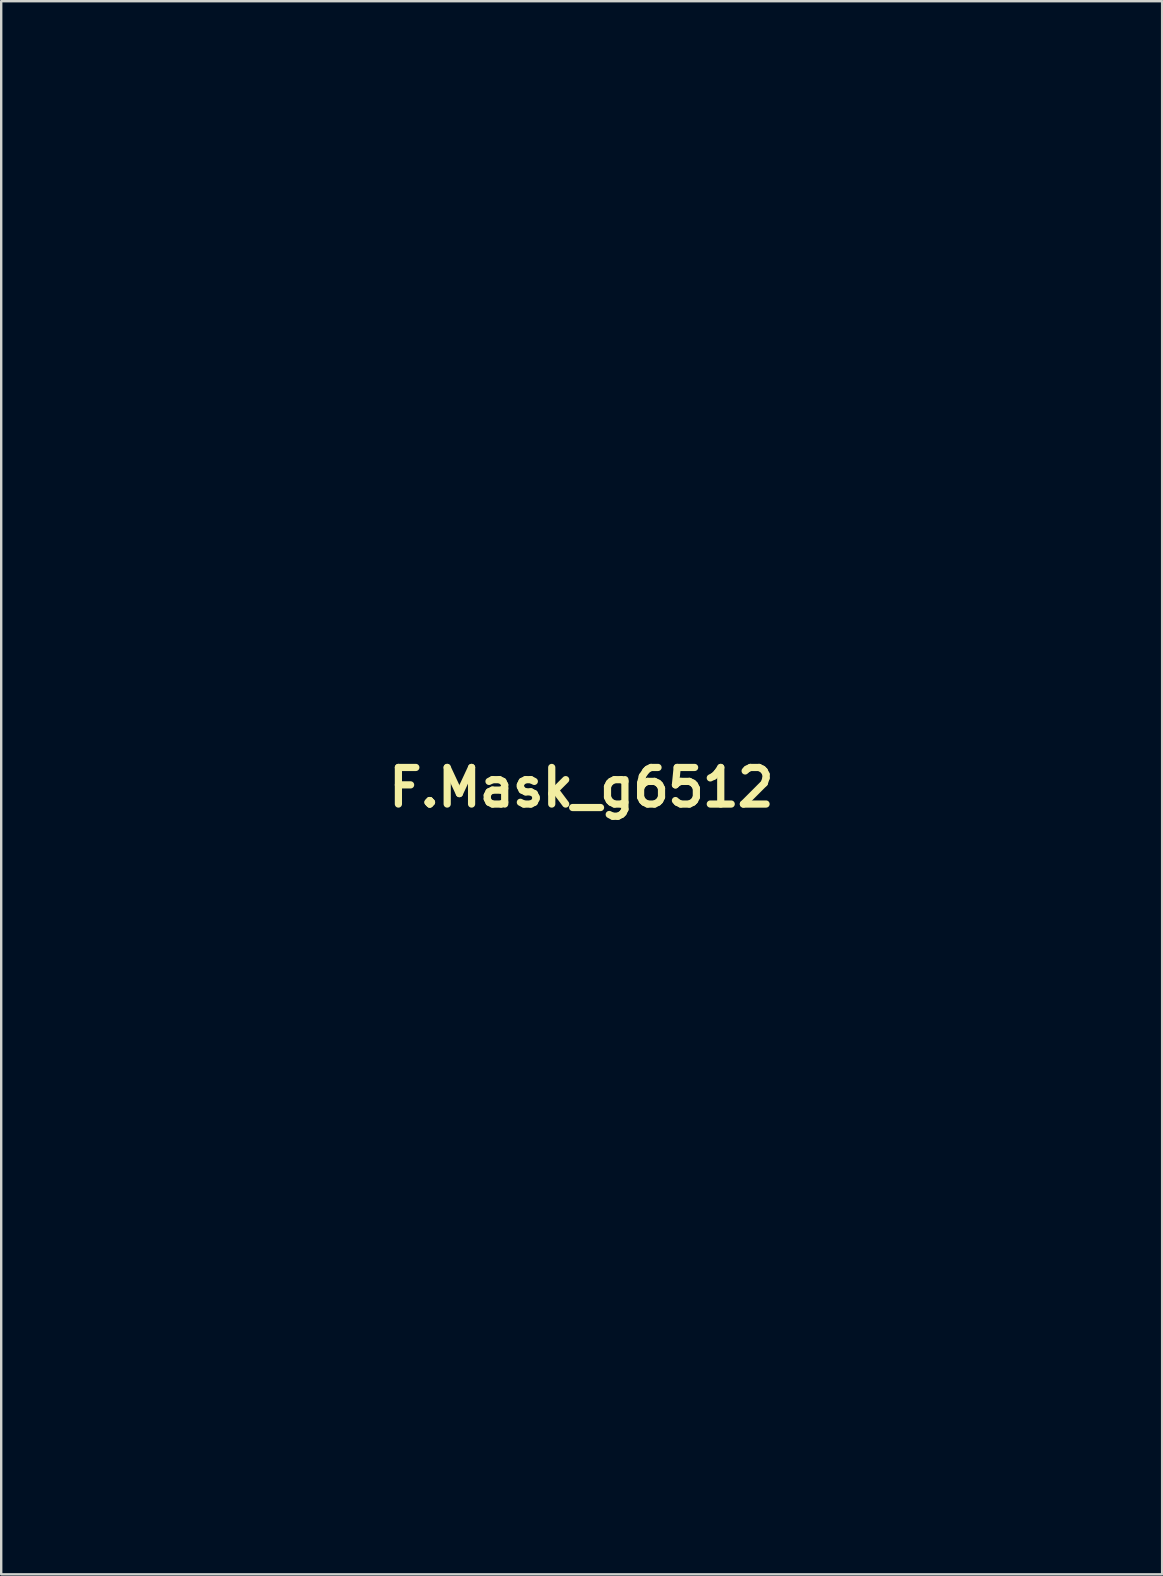
<source format=kicad_pcb>
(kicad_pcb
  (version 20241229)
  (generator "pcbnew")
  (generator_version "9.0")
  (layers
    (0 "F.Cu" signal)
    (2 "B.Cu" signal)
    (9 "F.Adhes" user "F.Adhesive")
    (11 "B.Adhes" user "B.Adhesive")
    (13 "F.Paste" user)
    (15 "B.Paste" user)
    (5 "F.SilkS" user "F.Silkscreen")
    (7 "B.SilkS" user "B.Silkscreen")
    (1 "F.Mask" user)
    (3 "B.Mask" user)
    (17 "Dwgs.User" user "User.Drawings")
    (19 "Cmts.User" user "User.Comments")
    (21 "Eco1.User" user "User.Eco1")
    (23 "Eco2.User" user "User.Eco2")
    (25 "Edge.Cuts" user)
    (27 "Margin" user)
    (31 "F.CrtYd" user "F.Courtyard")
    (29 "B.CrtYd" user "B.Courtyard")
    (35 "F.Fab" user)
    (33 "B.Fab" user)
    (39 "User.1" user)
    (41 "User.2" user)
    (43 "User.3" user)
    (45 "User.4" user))
  (footprint "F.Mask_g6512"
    (layer "F.Cu")
    (at 21.163 29.748)
    (property "Reference" "F.Mask_g6512" (at 0 0 0) (layer "F.SilkS") (effects (font (size 1.524 1.524) (thickness 0.3))))
    (attr through_hole)
    (fp_poly (pts (xy -18.923 11.506) (xy -21.057 11.506) (xy -21.044 10.173) (xy -18.923 10.159) (xy -18.923 11.506)) (stroke (width 0.01) (type solid)) (fill yes) (layer "F.Mask"))
    (fp_poly (pts (xy -18.923 14.046) (xy -21.057 14.046) (xy -21.044 12.713) (xy -18.923 12.699) (xy -18.923 14.046)) (stroke (width 0.01) (type solid)) (fill yes) (layer "F.Mask"))
    (fp_poly (pts (xy -18.923 16.586) (xy -21.057 16.586) (xy -21.044 15.253) (xy -18.923 15.239) (xy -18.923 16.586)) (stroke (width 0.01) (type solid)) (fill yes) (layer "F.Mask"))
    (fp_poly (pts (xy -7.036 26.949) (xy -7.341 26.949) (xy -7.341 25.832) (xy -7.036 25.832) (xy -7.036 26.949)) (stroke (width 0.01) (type solid)) (fill yes) (layer "F.Mask"))
    (fp_poly (pts (xy 21.082 11.506) (xy 18.948 11.506) (xy 18.948 10.16) (xy 21.082 10.16) (xy 21.082 11.506)) (stroke (width 0.01) (type solid)) (fill yes) (layer "F.Mask"))
    (fp_poly (pts (xy 21.082 14.046) (xy 18.948 14.046) (xy 18.948 12.7) (xy 21.082 12.7) (xy 21.082 14.046)) (stroke (width 0.01) (type solid)) (fill yes) (layer "F.Mask"))
    (fp_poly (pts (xy 21.082 16.586) (xy 18.948 16.586) (xy 18.948 15.24) (xy 21.082 15.24) (xy 21.082 16.586)) (stroke (width 0.01) (type solid)) (fill yes) (layer "F.Mask"))
    (fp_poly (pts (xy -7.106 25.371) (xy -7.036 25.425) (xy -6.992 25.498) (xy -6.985 25.54) (xy -7.007 25.621) (xy -7.063 25.683) (xy -7.14 25.719) (xy -7.224 25.724) (xy -7.3 25.693) (xy -7.315 25.679) (xy -7.361 25.604) (xy -7.367 25.52) (xy -7.34 25.44) (xy -7.284 25.379) (xy -7.204 25.35) (xy -7.187 25.349) (xy -7.106 25.371)) (stroke (width 0.01) (type solid)) (fill yes) (layer "F.Mask"))
    (fp_poly (pts (xy -2.704 26.556) (xy -2.619 26.613) (xy -2.614 26.617) (xy -2.554 26.702) (xy -2.545 26.787) (xy -2.587 26.871) (xy -2.597 26.884) (xy -2.681 26.947) (xy -2.772 26.963) (xy -2.845 26.943) (xy -2.92 26.879) (xy -2.956 26.796) (xy -2.952 26.705) (xy -2.907 26.622) (xy -2.877 26.593) (xy -2.79 26.549) (xy -2.704 26.556)) (stroke (width 0.01) (type solid)) (fill yes) (layer "F.Mask"))
    (fp_poly (pts (xy -6.401 25.832) (xy -6.096 25.832) (xy -6.096 26.111) (xy -6.403 26.111) (xy -6.395 26.384) (xy -6.388 26.657) (xy -6.242 26.665) (xy -6.096 26.673) (xy -6.096 26.949) (xy -6.267 26.947) (xy -6.361 26.945) (xy -6.437 26.939) (xy -6.477 26.933) (xy -6.561 26.9) (xy -6.622 26.858) (xy -6.664 26.8) (xy -6.689 26.718) (xy -6.702 26.603) (xy -6.706 26.447) (xy -6.706 26.417) (xy -6.706 26.111) (xy -6.883 26.111) (xy -6.883 25.832) (xy -6.706 25.832) (xy -6.706 25.578) (xy -6.401 25.578) (xy -6.401 25.832)) (stroke (width 0.01) (type solid)) (fill yes) (layer "F.Mask"))
    (fp_poly (pts (xy -20.371 21.328) (xy -16.402 25.155) (xy -12.433 28.981) (xy 12.46 28.981) (xy 16.428 25.155) (xy 20.396 21.329) (xy 20.396 19.669) (xy 20.396 18.009) (xy 21.184 18.009) (xy 21.183 20.149) (xy 21.181 22.288) (xy 20.617 22.827) (xy 20.539 22.902) (xy 20.426 23.011) (xy 20.281 23.15) (xy 20.107 23.318) (xy 19.904 23.512) (xy 19.677 23.731) (xy 19.426 23.973) (xy 19.155 24.234) (xy 18.865 24.514) (xy 18.559 24.809) (xy 18.239 25.117) (xy 17.907 25.438) (xy 17.566 25.767) (xy 17.217 26.103) (xy 16.864 26.445) (xy 16.739 26.565) (xy 13.424 29.765) (xy -13.399 29.765) (xy -17.272 26.027) (xy -21.145 22.289) (xy -21.152 20.149) (xy -21.158 18.009) (xy -20.371 18.009) (xy -20.371 21.328)) (stroke (width 0.01) (type solid)) (fill yes) (layer "F.Mask"))
    (fp_poly (pts (xy -4.406 26.307) (xy -4.456 26.456) (xy -4.502 26.591) (xy -4.54 26.702) (xy -4.568 26.783) (xy -4.583 26.825) (xy -4.584 26.827) (xy -4.633 26.887) (xy -4.717 26.934) (xy -4.819 26.96) (xy -4.923 26.962) (xy -4.945 26.958) (xy -4.993 26.942) (xy -5.036 26.914) (xy -5.076 26.866) (xy -5.117 26.794) (xy -5.162 26.692) (xy -5.214 26.553) (xy -5.277 26.372) (xy -5.29 26.332) (xy -5.457 25.832) (xy -5.114 25.832) (xy -4.989 26.238) (xy -4.947 26.372) (xy -4.909 26.488) (xy -4.878 26.577) (xy -4.857 26.631) (xy -4.85 26.644) (xy -4.838 26.621) (xy -4.813 26.558) (xy -4.78 26.462) (xy -4.74 26.342) (xy -4.709 26.245) (xy -4.583 25.845) (xy -4.414 25.837) (xy -4.245 25.83) (xy -4.406 26.307)) (stroke (width 0.01) (type solid)) (fill yes) (layer "F.Mask"))
    (fp_poly (pts (xy -8.433 26.06) (xy -8.312 26.06) (xy -8.171 26.049) (xy -8.057 26.018) (xy -7.979 25.97) (xy -7.964 25.952) (xy -7.943 25.903) (xy -7.93 25.822) (xy -7.925 25.701) (xy -7.925 25.661) (xy -7.925 25.425) (xy -7.595 25.425) (xy -7.595 25.66) (xy -7.599 25.824) (xy -7.615 25.949) (xy -7.645 26.045) (xy -7.691 26.123) (xy -7.746 26.183) (xy -7.842 26.275) (xy -7.751 26.46) (xy -7.705 26.551) (xy -7.671 26.606) (xy -7.641 26.634) (xy -7.604 26.643) (xy -7.564 26.645) (xy -7.468 26.645) (xy -7.468 26.955) (xy -7.632 26.945) (xy -7.737 26.933) (xy -7.819 26.908) (xy -7.886 26.861) (xy -7.947 26.787) (xy -8.012 26.676) (xy -8.057 26.585) (xy -8.177 26.34) (xy -8.433 26.34) (xy -8.433 26.949) (xy -8.763 26.949) (xy -8.763 25.425) (xy -8.433 25.425) (xy -8.433 26.06)) (stroke (width 0.01) (type solid)) (fill yes) (layer "F.Mask"))
    (fp_poly (pts (xy -12.84 25.431) (xy -12.694 25.436) (xy -12.587 25.443) (xy -12.508 25.452) (xy -12.445 25.466) (xy -12.387 25.487) (xy -12.322 25.518) (xy -12.308 25.524) (xy -12.148 25.625) (xy -12.031 25.748) (xy -11.955 25.898) (xy -11.919 26.078) (xy -11.916 26.233) (xy -11.941 26.421) (xy -12 26.576) (xy -12.096 26.704) (xy -12.176 26.774) (xy -12.256 26.83) (xy -12.333 26.871) (xy -12.417 26.9) (xy -12.519 26.92) (xy -12.65 26.933) (xy -12.82 26.941) (xy -12.846 26.942) (xy -13.208 26.956) (xy -13.208 26.645) (xy -12.878 26.645) (xy -12.719 26.644) (xy -12.598 26.636) (xy -12.503 26.608) (xy -12.461 26.587) (xy -12.344 26.498) (xy -12.271 26.387) (xy -12.243 26.292) (xy -12.235 26.129) (xy -12.271 25.988) (xy -12.347 25.873) (xy -12.459 25.789) (xy -12.603 25.741) (xy -12.719 25.731) (xy -12.878 25.73) (xy -12.878 26.645) (xy -13.208 26.645) (xy -13.208 25.418) (xy -12.84 25.431)) (stroke (width 0.01) (type solid)) (fill yes) (layer "F.Mask"))
    (fp_poly (pts (xy -10.211 26.239) (xy -10.167 26.372) (xy -10.126 26.485) (xy -10.092 26.571) (xy -10.068 26.621) (xy -10.057 26.631) (xy -10.034 26.596) (xy -10.033 26.589) (xy -10.026 26.557) (xy -10.005 26.485) (xy -9.975 26.383) (xy -9.937 26.261) (xy -9.917 26.197) (xy -9.802 25.832) (xy -9.638 25.832) (xy -9.54 25.836) (xy -9.488 25.847) (xy -9.476 25.864) (xy -9.485 25.896) (xy -9.508 25.969) (xy -9.543 26.074) (xy -9.587 26.204) (xy -9.638 26.35) (xy -9.647 26.376) (xy -9.712 26.555) (xy -9.765 26.693) (xy -9.81 26.794) (xy -9.851 26.865) (xy -9.893 26.912) (xy -9.939 26.94) (xy -9.993 26.956) (xy -10.034 26.963) (xy -10.122 26.961) (xy -10.203 26.939) (xy -10.272 26.895) (xy -10.324 26.84) (xy -10.342 26.802) (xy -10.372 26.726) (xy -10.411 26.62) (xy -10.456 26.496) (xy -10.504 26.361) (xy -10.551 26.225) (xy -10.594 26.097) (xy -10.63 25.987) (xy -10.655 25.904) (xy -10.667 25.857) (xy -10.668 25.852) (xy -10.645 25.842) (xy -10.584 25.834) (xy -10.504 25.832) (xy -10.34 25.832) (xy -10.211 26.239)) (stroke (width 0.01) (type solid)) (fill yes) (layer "F.Mask"))
    (fp_poly (pts (xy -11.074 25.83) (xy -10.941 25.895) (xy -10.836 25.999) (xy -10.762 26.135) (xy -10.724 26.3) (xy -10.719 26.389) (xy -10.719 26.492) (xy -11.088 26.492) (xy -11.231 26.492) (xy -11.331 26.494) (xy -11.394 26.497) (xy -11.428 26.504) (xy -11.439 26.516) (xy -11.435 26.533) (xy -11.429 26.545) (xy -11.368 26.606) (xy -11.262 26.647) (xy -11.115 26.668) (xy -11.037 26.67) (xy -10.846 26.67) (xy -10.846 26.949) (xy -11.043 26.948) (xy -11.157 26.943) (xy -11.269 26.931) (xy -11.354 26.915) (xy -11.355 26.915) (xy -11.509 26.857) (xy -11.624 26.774) (xy -11.709 26.661) (xy -11.72 26.639) (xy -11.773 26.484) (xy -11.784 26.328) (xy -11.772 26.264) (xy -11.457 26.264) (xy -11.253 26.264) (xy -11.148 26.262) (xy -11.086 26.255) (xy -11.056 26.242) (xy -11.049 26.226) (xy -11.071 26.169) (xy -11.126 26.118) (xy -11.197 26.089) (xy -11.225 26.086) (xy -11.317 26.096) (xy -11.378 26.131) (xy -11.419 26.19) (xy -11.457 26.264) (xy -11.772 26.264) (xy -11.755 26.179) (xy -11.691 26.046) (xy -11.594 25.937) (xy -11.468 25.86) (xy -11.424 25.845) (xy -11.336 25.823) (xy -11.258 25.809) (xy -11.229 25.807) (xy -11.074 25.83)) (stroke (width 0.01) (type solid)) (fill yes) (layer "F.Mask"))
    (fp_poly (pts (xy -1.6 25.442) (xy -1.457 25.508) (xy -1.341 25.609) (xy -1.272 25.714) (xy -1.25 25.762) (xy -1.235 25.81) (xy -1.226 25.867) (xy -1.222 25.943) (xy -1.221 26.048) (xy -1.223 26.192) (xy -1.224 26.222) (xy -1.227 26.372) (xy -1.231 26.48) (xy -1.237 26.556) (xy -1.247 26.611) (xy -1.263 26.652) (xy -1.286 26.691) (xy -1.308 26.724) (xy -1.417 26.836) (xy -1.555 26.915) (xy -1.712 26.958) (xy -1.875 26.96) (xy -1.943 26.947) (xy -2.093 26.885) (xy -2.216 26.784) (xy -2.306 26.65) (xy -2.337 26.566) (xy -2.35 26.493) (xy -2.357 26.384) (xy -2.361 26.253) (xy -2.36 26.114) (xy -2.356 25.981) (xy -2.347 25.87) (xy -2.344 25.853) (xy -2.032 25.853) (xy -2.032 26.522) (xy -1.958 26.596) (xy -1.866 26.657) (xy -1.767 26.67) (xy -1.666 26.633) (xy -1.628 26.604) (xy -1.549 26.538) (xy -1.549 25.836) (xy -1.628 25.771) (xy -1.727 25.714) (xy -1.827 25.707) (xy -1.923 25.749) (xy -1.958 25.779) (xy -2.032 25.853) (xy -2.344 25.853) (xy -2.334 25.794) (xy -2.281 25.682) (xy -2.191 25.577) (xy -2.078 25.49) (xy -1.956 25.434) (xy -1.928 25.427) (xy -1.76 25.413) (xy -1.6 25.442)) (stroke (width 0.01) (type solid)) (fill yes) (layer "F.Mask"))
    (fp_poly (pts (xy -3.854 25.426) (xy -3.728 25.428) (xy -3.611 25.434) (xy -3.519 25.444) (xy -3.474 25.452) (xy -3.358 25.505) (xy -3.254 25.59) (xy -3.187 25.681) (xy -3.154 25.79) (xy -3.152 25.914) (xy -3.179 26.032) (xy -3.208 26.088) (xy -3.266 26.175) (xy -3.208 26.261) (xy -3.167 26.344) (xy -3.15 26.445) (xy -3.15 26.484) (xy -3.165 26.625) (xy -3.214 26.736) (xy -3.302 26.831) (xy -3.371 26.879) (xy -3.451 26.913) (xy -3.552 26.935) (xy -3.684 26.946) (xy -3.854 26.949) (xy -4.14 26.949) (xy -4.14 26.645) (xy -3.852 26.645) (xy -3.724 26.644) (xy -3.637 26.64) (xy -3.581 26.632) (xy -3.545 26.617) (xy -3.52 26.596) (xy -3.519 26.595) (xy -3.479 26.519) (xy -3.481 26.437) (xy -3.522 26.368) (xy -3.53 26.36) (xy -3.569 26.338) (xy -3.623 26.323) (xy -3.705 26.316) (xy -3.826 26.314) (xy -4.064 26.314) (xy -4.064 26.035) (xy -3.828 26.035) (xy -3.684 26.03) (xy -3.583 26.014) (xy -3.52 25.984) (xy -3.487 25.937) (xy -3.48 25.883) (xy -3.486 25.823) (xy -3.508 25.781) (xy -3.553 25.753) (xy -3.63 25.738) (xy -3.745 25.731) (xy -3.85 25.73) (xy -4.14 25.73) (xy -4.14 25.425) (xy -3.854 25.426)) (stroke (width 0.01) (type solid)) (fill yes) (layer "F.Mask"))
    (fp_poly (pts (xy 13.763 -29.742) (xy 14.287 -29.741) (xy 16.89 -25.786) (xy 17.173 -25.358) (xy 17.456 -24.927) (xy 17.738 -24.498) (xy 18.018 -24.074) (xy 18.292 -23.657) (xy 18.559 -23.252) (xy 18.817 -22.86) (xy 19.064 -22.485) (xy 19.298 -22.13) (xy 19.517 -21.798) (xy 19.718 -21.492) (xy 19.901 -21.216) (xy 20.062 -20.971) (xy 20.199 -20.763) (xy 20.312 -20.592) (xy 20.338 -20.552) (xy 21.184 -19.272) (xy 21.184 -18.451) (xy 20.821 -18.344) (xy 20.691 -18.306) (xy 20.576 -18.274) (xy 20.487 -18.251) (xy 20.432 -18.239) (xy 20.421 -18.237) (xy 20.387 -18.257) (xy 20.342 -18.309) (xy 20.317 -18.345) (xy 20.295 -18.381) (xy 20.246 -18.456) (xy 20.173 -18.568) (xy 20.076 -18.715) (xy 19.958 -18.895) (xy 19.82 -19.105) (xy 19.664 -19.343) (xy 19.49 -19.607) (xy 19.301 -19.895) (xy 19.098 -20.204) (xy 18.882 -20.532) (xy 18.655 -20.876) (xy 18.419 -21.235) (xy 18.175 -21.607) (xy 17.924 -21.988) (xy 17.668 -22.376) (xy 17.408 -22.77) (xy 17.146 -23.168) (xy 16.884 -23.565) (xy 16.623 -23.962) (xy 16.364 -24.354) (xy 16.11 -24.741) (xy 15.86 -25.119) (xy 15.618 -25.487) (xy 15.384 -25.841) (xy 15.16 -26.181) (xy 14.947 -26.503) (xy 14.748 -26.805) (xy 14.563 -27.086) (xy 14.394 -27.342) (xy 14.242 -27.571) (xy 14.109 -27.772) (xy 13.997 -27.942) (xy 13.907 -28.078) (xy 13.84 -28.178) (xy 13.798 -28.241) (xy 13.783 -28.263) (xy 13.773 -28.257) (xy 13.75 -28.23) (xy 13.713 -28.181) (xy 13.661 -28.109) (xy 13.594 -28.012) (xy 13.51 -27.891) (xy 13.409 -27.743) (xy 13.29 -27.567) (xy 13.153 -27.362) (xy 12.996 -27.128) (xy 12.819 -26.862) (xy 12.62 -26.564) (xy 12.4 -26.232) (xy 12.157 -25.865) (xy 11.891 -25.463) (xy 11.601 -25.024) (xy 11.286 -24.546) (xy 10.945 -24.029) (xy 10.578 -23.472) (xy 10.3 -23.05) (xy 6.845 -17.806) (xy -6.82 -17.806) (xy -10.274 -23.05) (xy -10.66 -23.637) (xy -11.02 -24.182) (xy -11.353 -24.687) (xy -11.661 -25.153) (xy -11.944 -25.581) (xy -12.203 -25.973) (xy -12.439 -26.329) (xy -12.652 -26.651) (xy -12.844 -26.94) (xy -13.015 -27.196) (xy -13.167 -27.422) (xy -13.299 -27.618) (xy -13.412 -27.786) (xy -13.508 -27.927) (xy -13.587 -28.041) (xy -13.65 -28.13) (xy -13.698 -28.196) (xy -13.731 -28.239) (xy -13.751 -28.261) (xy -13.757 -28.263) (xy -13.773 -28.239) (xy -13.816 -28.175) (xy -13.885 -28.072) (xy -13.977 -27.933) (xy -14.093 -27.758) (xy -14.229 -27.552) (xy -14.386 -27.314) (xy -14.562 -27.048) (xy -14.756 -26.754) (xy -14.966 -26.436) (xy -15.191 -26.095) (xy -15.429 -25.733) (xy -15.681 -25.352) (xy -15.943 -24.954) (xy -16.215 -24.541) (xy -16.496 -24.114) (xy -16.784 -23.677) (xy -16.803 -23.647) (xy -17.096 -23.203) (xy -17.383 -22.767) (xy -17.664 -22.341) (xy -17.936 -21.927) (xy -18.199 -21.527) (xy -18.452 -21.144) (xy -18.692 -20.779) (xy -18.918 -20.436) (xy -19.129 -20.116) (xy -19.323 -19.821) (xy -19.5 -19.553) (xy -19.656 -19.315) (xy -19.792 -19.109) (xy -19.906 -18.936) (xy -19.996 -18.8) (xy -20.06 -18.702) (xy -20.096 -18.648) (xy -20.371 -18.234) (xy -20.371 8.814) (xy -21.158 8.814) (xy -21.158 -19.266) (xy -17.71 -24.503) (xy -14.262 -29.741) (xy -13.738 -29.742) (xy -13.213 -29.743) (xy -9.686 -24.385) (xy -6.16 -19.027) (xy 6.185 -19.027) (xy 9.712 -24.385) (xy 13.239 -29.743) (xy 13.763 -29.742)) (stroke (width 0.01) (type solid)) (fill yes) (layer "F.Mask")))
  (gr_rect
    (start -3 -3)
    (end 45.352 62.519)
    (stroke (width 0.1) (type default))
    (fill no)
    (layer "Edge.Cuts")))
</source>
